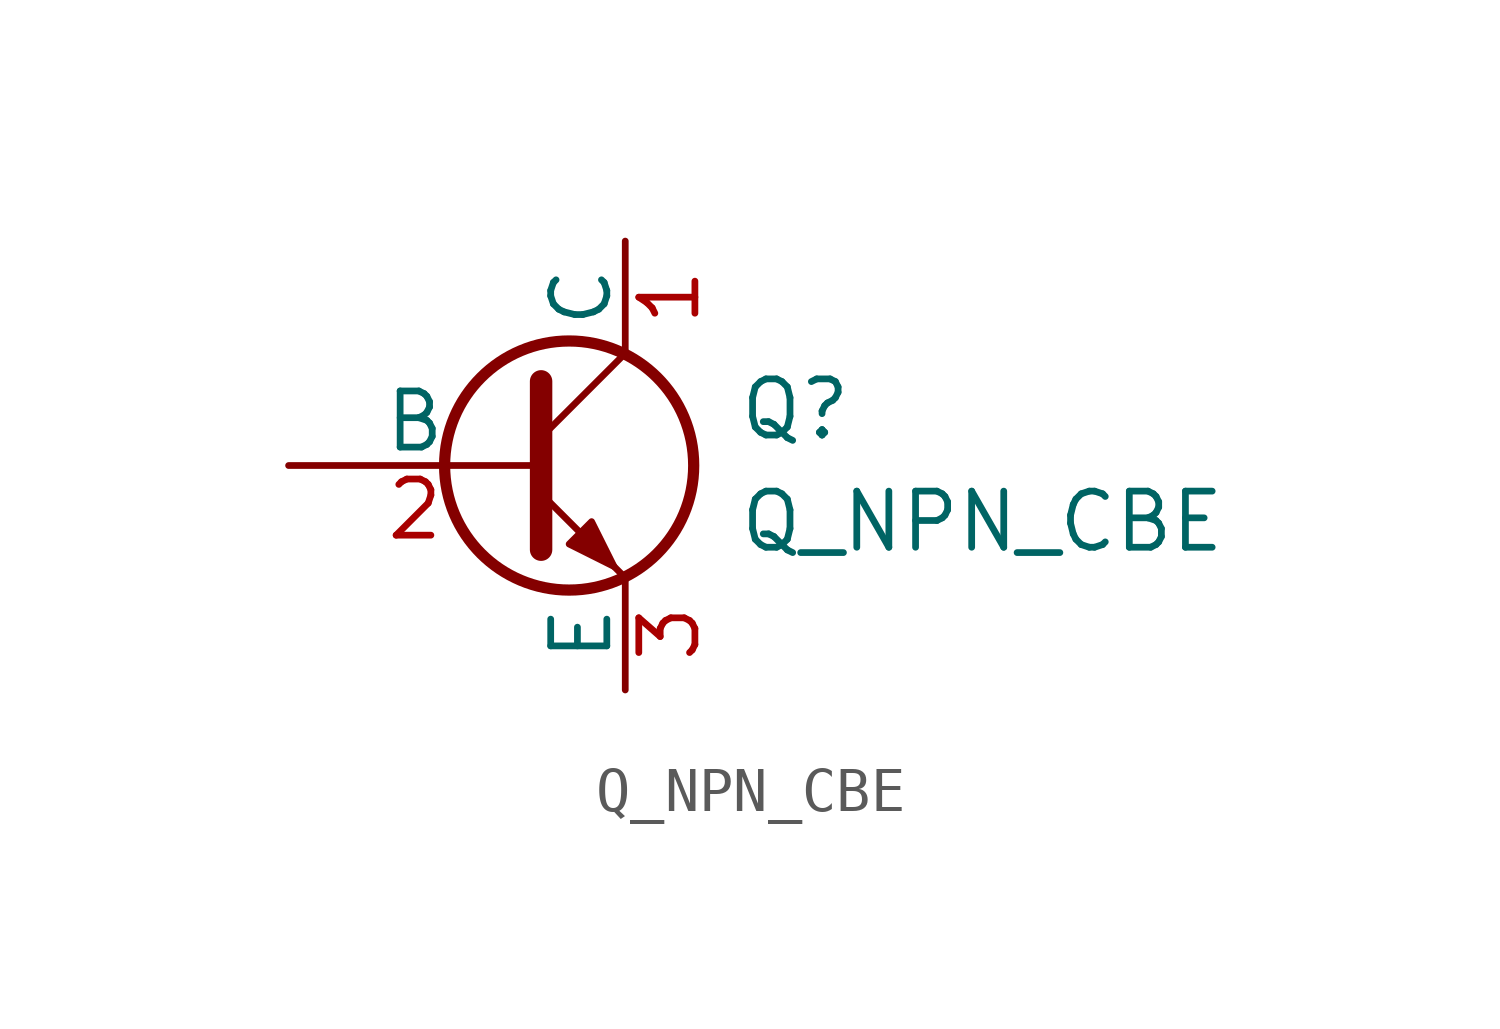
<source format=kicad_sym>
(kicad_symbol_lib
  (version 20231120)
  (generator "kicad_symbol_editor")
  (generator_version "8.0")
  (symbol "Q_NPN_CBE"
    (pin_names
      (offset 0))
    (property "Reference" "Q"
      (at 5.08 1.27 0)
      (effects (font (size 1.27 1.27)) (justify left)))
    (property "Value" "Q_NPN_CBE"
      (at 5.08 -1.27 0)
      (effects (font (size 1.27 1.27)) (justify left)))
    (symbol "Q_NPN_CBE_0_1"
      (polyline (pts (xy 0.635 0.635) (xy 2.54 2.54)) (stroke (width 0) (type default)) (fill (type none)))
      (polyline (pts (xy 0.635 -0.635) (xy 2.54 -2.54) (xy 2.54 -2.54)) (stroke (width 0) (type default)) (fill (type none)))
      (polyline (pts (xy 0.635 1.905) (xy 0.635 -1.905) (xy 0.635 -1.905)) (stroke (width 0.508) (type default)) (fill (type none)))
      (polyline (pts (xy 1.27 -1.778) (xy 1.778 -1.27) (xy 2.286 -2.286) (xy 1.27 -1.778) (xy 1.27 -1.778)) (stroke (width 0) (type default)) (fill (type outline)))
      (circle (center 1.27 0) (radius 2.819) (stroke (width 0.254) (type default)) (fill (type none))))
    (symbol "Q_NPN_CBE_1_1"
      (pin passive line (at 2.54 5.08 270) (length 2.54) (name "C" (effects (font (size 1.27 1.27)))) (number "1" (effects (font (size 1.27 1.27)))))
      (pin input line (at -5.08 0 0) (length 5.715) (name "B" (effects (font (size 1.27 1.27)))) (number "2" (effects (font (size 1.27 1.27)))))
      (pin passive line (at 2.54 -5.08 90) (length 2.54) (name "E" (effects (font (size 1.27 1.27)))) (number "3" (effects (font (size 1.27 1.27))))))))
</source>
